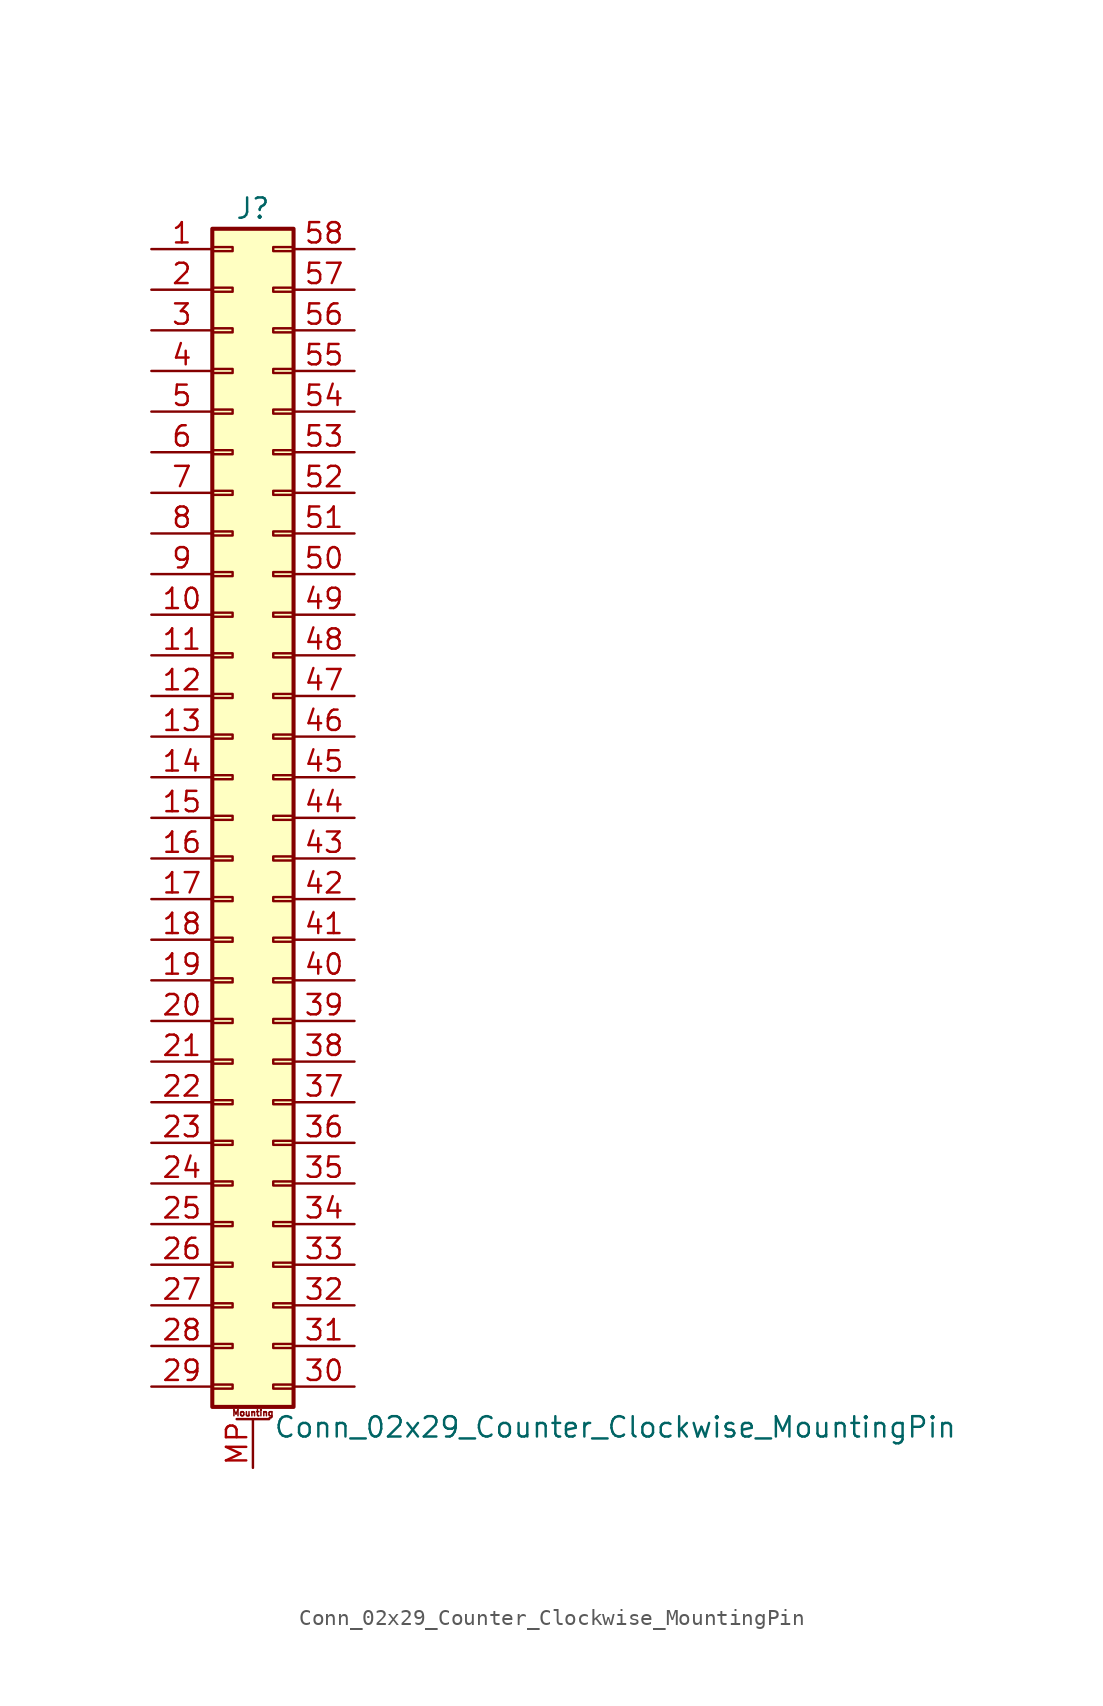
<source format=kicad_sym>
(kicad_symbol_lib
  (version 20201005)
  (generator kicad_symbol_editor)
  (symbol "Conn_02x29_Counter_Clockwise_MountingPin"
    (pin_names
      (offset 1.016) hide)
    (property "Reference" "J"
      (at 1.27 38.1 0)
      (effects (font (size 1.27 1.27))))
    (property "Value" "Conn_02x29_Counter_Clockwise_MountingPin"
      (at 2.54 -38.1 0)
      (effects (font (size 1.27 1.27)) (justify left)))
    (symbol "Conn_02x29_Counter_Clockwise_MountingPin_1_1"
      (text "Mounting" (at 1.27 -37.211 0) (effects (font (size 0.381 0.381))))
      (rectangle (start -1.27 -35.433) (end 0 -35.687) (stroke (width 0.152)) (fill (type none)))
      (rectangle (start -1.27 -32.893) (end 0 -33.147) (stroke (width 0.152)) (fill (type none)))
      (rectangle (start -1.27 -30.353) (end 0 -30.607) (stroke (width 0.152)) (fill (type none)))
      (rectangle (start -1.27 -27.813) (end 0 -28.067) (stroke (width 0.152)) (fill (type none)))
      (rectangle (start -1.27 -25.273) (end 0 -25.527) (stroke (width 0.152)) (fill (type none)))
      (rectangle (start -1.27 -22.733) (end 0 -22.987) (stroke (width 0.152)) (fill (type none)))
      (rectangle (start -1.27 -20.193) (end 0 -20.447) (stroke (width 0.152)) (fill (type none)))
      (rectangle (start -1.27 -17.653) (end 0 -17.907) (stroke (width 0.152)) (fill (type none)))
      (rectangle (start -1.27 -15.113) (end 0 -15.367) (stroke (width 0.152)) (fill (type none)))
      (rectangle (start -1.27 -12.573) (end 0 -12.827) (stroke (width 0.152)) (fill (type none)))
      (rectangle (start -1.27 -10.033) (end 0 -10.287) (stroke (width 0.152)) (fill (type none)))
      (rectangle (start -1.27 -7.493) (end 0 -7.747) (stroke (width 0.152)) (fill (type none)))
      (rectangle (start -1.27 -4.953) (end 0 -5.207) (stroke (width 0.152)) (fill (type none)))
      (rectangle (start -1.27 -2.413) (end 0 -2.667) (stroke (width 0.152)) (fill (type none)))
      (rectangle (start -1.27 0.127) (end 0 -0.127) (stroke (width 0.152)) (fill (type none)))
      (rectangle (start -1.27 2.667) (end 0 2.413) (stroke (width 0.152)) (fill (type none)))
      (rectangle (start -1.27 5.207) (end 0 4.953) (stroke (width 0.152)) (fill (type none)))
      (rectangle (start -1.27 7.747) (end 0 7.493) (stroke (width 0.152)) (fill (type none)))
      (rectangle (start -1.27 10.287) (end 0 10.033) (stroke (width 0.152)) (fill (type none)))
      (rectangle (start -1.27 12.827) (end 0 12.573) (stroke (width 0.152)) (fill (type none)))
      (rectangle (start -1.27 15.367) (end 0 15.113) (stroke (width 0.152)) (fill (type none)))
      (rectangle (start -1.27 17.907) (end 0 17.653) (stroke (width 0.152)) (fill (type none)))
      (rectangle (start -1.27 20.447) (end 0 20.193) (stroke (width 0.152)) (fill (type none)))
      (rectangle (start -1.27 22.987) (end 0 22.733) (stroke (width 0.152)) (fill (type none)))
      (rectangle (start -1.27 25.527) (end 0 25.273) (stroke (width 0.152)) (fill (type none)))
      (rectangle (start -1.27 28.067) (end 0 27.813) (stroke (width 0.152)) (fill (type none)))
      (rectangle (start -1.27 30.607) (end 0 30.353) (stroke (width 0.152)) (fill (type none)))
      (rectangle (start -1.27 33.147) (end 0 32.893) (stroke (width 0.152)) (fill (type none)))
      (rectangle (start -1.27 35.687) (end 0 35.433) (stroke (width 0.152)) (fill (type none)))
      (rectangle (start -1.27 36.83) (end 3.81 -36.83) (stroke (width 0.254)) (fill (type background)))
      (rectangle (start 3.81 -35.433) (end 2.54 -35.687) (stroke (width 0.152)) (fill (type none)))
      (rectangle (start 3.81 -32.893) (end 2.54 -33.147) (stroke (width 0.152)) (fill (type none)))
      (rectangle (start 3.81 -30.353) (end 2.54 -30.607) (stroke (width 0.152)) (fill (type none)))
      (rectangle (start 3.81 -27.813) (end 2.54 -28.067) (stroke (width 0.152)) (fill (type none)))
      (rectangle (start 3.81 -25.273) (end 2.54 -25.527) (stroke (width 0.152)) (fill (type none)))
      (rectangle (start 3.81 -22.733) (end 2.54 -22.987) (stroke (width 0.152)) (fill (type none)))
      (rectangle (start 3.81 -20.193) (end 2.54 -20.447) (stroke (width 0.152)) (fill (type none)))
      (rectangle (start 3.81 -17.653) (end 2.54 -17.907) (stroke (width 0.152)) (fill (type none)))
      (rectangle (start 3.81 -15.113) (end 2.54 -15.367) (stroke (width 0.152)) (fill (type none)))
      (rectangle (start 3.81 -12.573) (end 2.54 -12.827) (stroke (width 0.152)) (fill (type none)))
      (rectangle (start 3.81 -10.033) (end 2.54 -10.287) (stroke (width 0.152)) (fill (type none)))
      (rectangle (start 3.81 -7.493) (end 2.54 -7.747) (stroke (width 0.152)) (fill (type none)))
      (rectangle (start 3.81 -4.953) (end 2.54 -5.207) (stroke (width 0.152)) (fill (type none)))
      (rectangle (start 3.81 -2.413) (end 2.54 -2.667) (stroke (width 0.152)) (fill (type none)))
      (rectangle (start 3.81 0.127) (end 2.54 -0.127) (stroke (width 0.152)) (fill (type none)))
      (rectangle (start 3.81 2.667) (end 2.54 2.413) (stroke (width 0.152)) (fill (type none)))
      (rectangle (start 3.81 5.207) (end 2.54 4.953) (stroke (width 0.152)) (fill (type none)))
      (rectangle (start 3.81 7.747) (end 2.54 7.493) (stroke (width 0.152)) (fill (type none)))
      (rectangle (start 3.81 10.287) (end 2.54 10.033) (stroke (width 0.152)) (fill (type none)))
      (rectangle (start 3.81 12.827) (end 2.54 12.573) (stroke (width 0.152)) (fill (type none)))
      (rectangle (start 3.81 15.367) (end 2.54 15.113) (stroke (width 0.152)) (fill (type none)))
      (rectangle (start 3.81 17.907) (end 2.54 17.653) (stroke (width 0.152)) (fill (type none)))
      (rectangle (start 3.81 20.447) (end 2.54 20.193) (stroke (width 0.152)) (fill (type none)))
      (rectangle (start 3.81 22.987) (end 2.54 22.733) (stroke (width 0.152)) (fill (type none)))
      (rectangle (start 3.81 25.527) (end 2.54 25.273) (stroke (width 0.152)) (fill (type none)))
      (rectangle (start 3.81 28.067) (end 2.54 27.813) (stroke (width 0.152)) (fill (type none)))
      (rectangle (start 3.81 30.607) (end 2.54 30.353) (stroke (width 0.152)) (fill (type none)))
      (rectangle (start 3.81 33.147) (end 2.54 32.893) (stroke (width 0.152)) (fill (type none)))
      (rectangle (start 3.81 35.687) (end 2.54 35.433) (stroke (width 0.152)) (fill (type none)))
      (polyline (pts (xy 0.254 -37.592) (xy 2.286 -37.592)) (stroke (width 0.152)) (fill (type none)))
      (pin passive line (at -5.08 35.56 0) (length 3.81) (name "Pin_1" (effects (font (size 1.27 1.27)))) (number "1" (effects (font (size 1.27 1.27)))))
      (pin passive line (at -5.08 12.7 0) (length 3.81) (name "Pin_10" (effects (font (size 1.27 1.27)))) (number "10" (effects (font (size 1.27 1.27)))))
      (pin passive line (at -5.08 10.16 0) (length 3.81) (name "Pin_11" (effects (font (size 1.27 1.27)))) (number "11" (effects (font (size 1.27 1.27)))))
      (pin passive line (at -5.08 7.62 0) (length 3.81) (name "Pin_12" (effects (font (size 1.27 1.27)))) (number "12" (effects (font (size 1.27 1.27)))))
      (pin passive line (at -5.08 5.08 0) (length 3.81) (name "Pin_13" (effects (font (size 1.27 1.27)))) (number "13" (effects (font (size 1.27 1.27)))))
      (pin passive line (at -5.08 2.54 0) (length 3.81) (name "Pin_14" (effects (font (size 1.27 1.27)))) (number "14" (effects (font (size 1.27 1.27)))))
      (pin passive line (at -5.08 0 0) (length 3.81) (name "Pin_15" (effects (font (size 1.27 1.27)))) (number "15" (effects (font (size 1.27 1.27)))))
      (pin passive line (at -5.08 -2.54 0) (length 3.81) (name "Pin_16" (effects (font (size 1.27 1.27)))) (number "16" (effects (font (size 1.27 1.27)))))
      (pin passive line (at -5.08 -5.08 0) (length 3.81) (name "Pin_17" (effects (font (size 1.27 1.27)))) (number "17" (effects (font (size 1.27 1.27)))))
      (pin passive line (at -5.08 -7.62 0) (length 3.81) (name "Pin_18" (effects (font (size 1.27 1.27)))) (number "18" (effects (font (size 1.27 1.27)))))
      (pin passive line (at -5.08 -10.16 0) (length 3.81) (name "Pin_19" (effects (font (size 1.27 1.27)))) (number "19" (effects (font (size 1.27 1.27)))))
      (pin passive line (at -5.08 33.02 0) (length 3.81) (name "Pin_2" (effects (font (size 1.27 1.27)))) (number "2" (effects (font (size 1.27 1.27)))))
      (pin passive line (at -5.08 -12.7 0) (length 3.81) (name "Pin_20" (effects (font (size 1.27 1.27)))) (number "20" (effects (font (size 1.27 1.27)))))
      (pin passive line (at -5.08 -15.24 0) (length 3.81) (name "Pin_21" (effects (font (size 1.27 1.27)))) (number "21" (effects (font (size 1.27 1.27)))))
      (pin passive line (at -5.08 -17.78 0) (length 3.81) (name "Pin_22" (effects (font (size 1.27 1.27)))) (number "22" (effects (font (size 1.27 1.27)))))
      (pin passive line (at -5.08 -20.32 0) (length 3.81) (name "Pin_23" (effects (font (size 1.27 1.27)))) (number "23" (effects (font (size 1.27 1.27)))))
      (pin passive line (at -5.08 -22.86 0) (length 3.81) (name "Pin_24" (effects (font (size 1.27 1.27)))) (number "24" (effects (font (size 1.27 1.27)))))
      (pin passive line (at -5.08 -25.4 0) (length 3.81) (name "Pin_25" (effects (font (size 1.27 1.27)))) (number "25" (effects (font (size 1.27 1.27)))))
      (pin passive line (at -5.08 -27.94 0) (length 3.81) (name "Pin_26" (effects (font (size 1.27 1.27)))) (number "26" (effects (font (size 1.27 1.27)))))
      (pin passive line (at -5.08 -30.48 0) (length 3.81) (name "Pin_27" (effects (font (size 1.27 1.27)))) (number "27" (effects (font (size 1.27 1.27)))))
      (pin passive line (at -5.08 -33.02 0) (length 3.81) (name "Pin_28" (effects (font (size 1.27 1.27)))) (number "28" (effects (font (size 1.27 1.27)))))
      (pin passive line (at -5.08 -35.56 0) (length 3.81) (name "Pin_29" (effects (font (size 1.27 1.27)))) (number "29" (effects (font (size 1.27 1.27)))))
      (pin passive line (at -5.08 30.48 0) (length 3.81) (name "Pin_3" (effects (font (size 1.27 1.27)))) (number "3" (effects (font (size 1.27 1.27)))))
      (pin passive line (at 7.62 -35.56 180) (length 3.81) (name "Pin_30" (effects (font (size 1.27 1.27)))) (number "30" (effects (font (size 1.27 1.27)))))
      (pin passive line (at 7.62 -33.02 180) (length 3.81) (name "Pin_31" (effects (font (size 1.27 1.27)))) (number "31" (effects (font (size 1.27 1.27)))))
      (pin passive line (at 7.62 -30.48 180) (length 3.81) (name "Pin_32" (effects (font (size 1.27 1.27)))) (number "32" (effects (font (size 1.27 1.27)))))
      (pin passive line (at 7.62 -27.94 180) (length 3.81) (name "Pin_33" (effects (font (size 1.27 1.27)))) (number "33" (effects (font (size 1.27 1.27)))))
      (pin passive line (at 7.62 -25.4 180) (length 3.81) (name "Pin_34" (effects (font (size 1.27 1.27)))) (number "34" (effects (font (size 1.27 1.27)))))
      (pin passive line (at 7.62 -22.86 180) (length 3.81) (name "Pin_35" (effects (font (size 1.27 1.27)))) (number "35" (effects (font (size 1.27 1.27)))))
      (pin passive line (at 7.62 -20.32 180) (length 3.81) (name "Pin_36" (effects (font (size 1.27 1.27)))) (number "36" (effects (font (size 1.27 1.27)))))
      (pin passive line (at 7.62 -17.78 180) (length 3.81) (name "Pin_37" (effects (font (size 1.27 1.27)))) (number "37" (effects (font (size 1.27 1.27)))))
      (pin passive line (at 7.62 -15.24 180) (length 3.81) (name "Pin_38" (effects (font (size 1.27 1.27)))) (number "38" (effects (font (size 1.27 1.27)))))
      (pin passive line (at 7.62 -12.7 180) (length 3.81) (name "Pin_39" (effects (font (size 1.27 1.27)))) (number "39" (effects (font (size 1.27 1.27)))))
      (pin passive line (at -5.08 27.94 0) (length 3.81) (name "Pin_4" (effects (font (size 1.27 1.27)))) (number "4" (effects (font (size 1.27 1.27)))))
      (pin passive line (at 7.62 -10.16 180) (length 3.81) (name "Pin_40" (effects (font (size 1.27 1.27)))) (number "40" (effects (font (size 1.27 1.27)))))
      (pin passive line (at 7.62 -7.62 180) (length 3.81) (name "Pin_41" (effects (font (size 1.27 1.27)))) (number "41" (effects (font (size 1.27 1.27)))))
      (pin passive line (at 7.62 -5.08 180) (length 3.81) (name "Pin_42" (effects (font (size 1.27 1.27)))) (number "42" (effects (font (size 1.27 1.27)))))
      (pin passive line (at 7.62 -2.54 180) (length 3.81) (name "Pin_43" (effects (font (size 1.27 1.27)))) (number "43" (effects (font (size 1.27 1.27)))))
      (pin passive line (at 7.62 0 180) (length 3.81) (name "Pin_44" (effects (font (size 1.27 1.27)))) (number "44" (effects (font (size 1.27 1.27)))))
      (pin passive line (at 7.62 2.54 180) (length 3.81) (name "Pin_45" (effects (font (size 1.27 1.27)))) (number "45" (effects (font (size 1.27 1.27)))))
      (pin passive line (at 7.62 5.08 180) (length 3.81) (name "Pin_46" (effects (font (size 1.27 1.27)))) (number "46" (effects (font (size 1.27 1.27)))))
      (pin passive line (at 7.62 7.62 180) (length 3.81) (name "Pin_47" (effects (font (size 1.27 1.27)))) (number "47" (effects (font (size 1.27 1.27)))))
      (pin passive line (at 7.62 10.16 180) (length 3.81) (name "Pin_48" (effects (font (size 1.27 1.27)))) (number "48" (effects (font (size 1.27 1.27)))))
      (pin passive line (at 7.62 12.7 180) (length 3.81) (name "Pin_49" (effects (font (size 1.27 1.27)))) (number "49" (effects (font (size 1.27 1.27)))))
      (pin passive line (at -5.08 25.4 0) (length 3.81) (name "Pin_5" (effects (font (size 1.27 1.27)))) (number "5" (effects (font (size 1.27 1.27)))))
      (pin passive line (at 7.62 15.24 180) (length 3.81) (name "Pin_50" (effects (font (size 1.27 1.27)))) (number "50" (effects (font (size 1.27 1.27)))))
      (pin passive line (at 7.62 17.78 180) (length 3.81) (name "Pin_51" (effects (font (size 1.27 1.27)))) (number "51" (effects (font (size 1.27 1.27)))))
      (pin passive line (at 7.62 20.32 180) (length 3.81) (name "Pin_52" (effects (font (size 1.27 1.27)))) (number "52" (effects (font (size 1.27 1.27)))))
      (pin passive line (at 7.62 22.86 180) (length 3.81) (name "Pin_53" (effects (font (size 1.27 1.27)))) (number "53" (effects (font (size 1.27 1.27)))))
      (pin passive line (at 7.62 25.4 180) (length 3.81) (name "Pin_54" (effects (font (size 1.27 1.27)))) (number "54" (effects (font (size 1.27 1.27)))))
      (pin passive line (at 7.62 27.94 180) (length 3.81) (name "Pin_55" (effects (font (size 1.27 1.27)))) (number "55" (effects (font (size 1.27 1.27)))))
      (pin passive line (at 7.62 30.48 180) (length 3.81) (name "Pin_56" (effects (font (size 1.27 1.27)))) (number "56" (effects (font (size 1.27 1.27)))))
      (pin passive line (at 7.62 33.02 180) (length 3.81) (name "Pin_57" (effects (font (size 1.27 1.27)))) (number "57" (effects (font (size 1.27 1.27)))))
      (pin passive line (at 7.62 35.56 180) (length 3.81) (name "Pin_58" (effects (font (size 1.27 1.27)))) (number "58" (effects (font (size 1.27 1.27)))))
      (pin passive line (at -5.08 22.86 0) (length 3.81) (name "Pin_6" (effects (font (size 1.27 1.27)))) (number "6" (effects (font (size 1.27 1.27)))))
      (pin passive line (at -5.08 20.32 0) (length 3.81) (name "Pin_7" (effects (font (size 1.27 1.27)))) (number "7" (effects (font (size 1.27 1.27)))))
      (pin passive line (at -5.08 17.78 0) (length 3.81) (name "Pin_8" (effects (font (size 1.27 1.27)))) (number "8" (effects (font (size 1.27 1.27)))))
      (pin passive line (at -5.08 15.24 0) (length 3.81) (name "Pin_9" (effects (font (size 1.27 1.27)))) (number "9" (effects (font (size 1.27 1.27)))))
      (pin passive line (at 1.27 -40.64 90) (length 3.048) (name "MountPin" (effects (font (size 1.27 1.27)))) (number "MP" (effects (font (size 1.27 1.27))))))))
</source>
